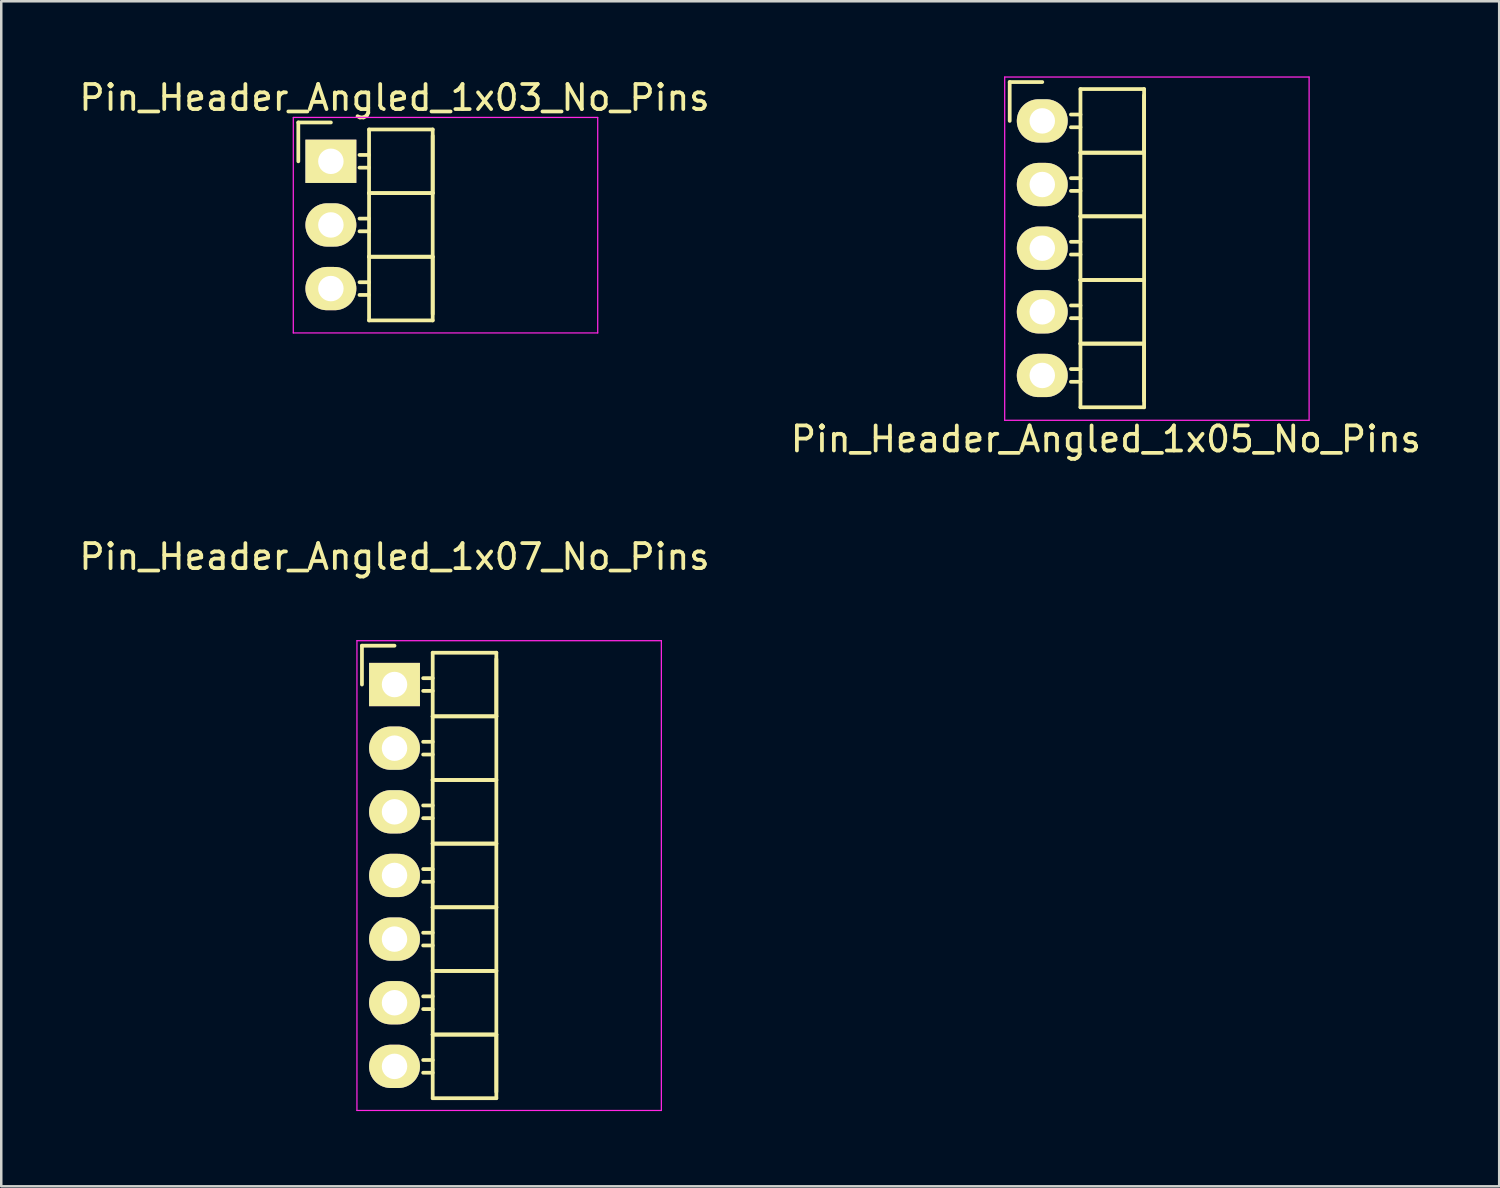
<source format=kicad_pcb>
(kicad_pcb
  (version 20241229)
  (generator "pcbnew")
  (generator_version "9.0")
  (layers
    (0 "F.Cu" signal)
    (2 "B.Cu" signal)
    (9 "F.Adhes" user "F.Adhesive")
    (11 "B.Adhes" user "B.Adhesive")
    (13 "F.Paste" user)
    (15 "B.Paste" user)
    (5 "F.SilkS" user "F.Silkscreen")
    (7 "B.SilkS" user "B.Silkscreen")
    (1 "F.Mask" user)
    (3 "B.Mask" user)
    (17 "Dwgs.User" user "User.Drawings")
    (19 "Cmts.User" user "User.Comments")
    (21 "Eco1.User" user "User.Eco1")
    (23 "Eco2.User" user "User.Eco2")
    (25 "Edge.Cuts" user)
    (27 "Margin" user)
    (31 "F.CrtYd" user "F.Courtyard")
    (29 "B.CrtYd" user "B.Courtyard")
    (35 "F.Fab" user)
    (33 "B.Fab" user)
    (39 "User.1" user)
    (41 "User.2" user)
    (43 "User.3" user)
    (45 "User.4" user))
  (footprint "Pin_Header_Angled_1x07_No_Pins"
    (layer "F.Cu")
    (at 12.696 24.271)
    (property "Reference" "Pin_Header_Angled_1x07_No_Pins" (at 0 -5.1 0) (layer "F.SilkS") (effects (font (size 1 1) (thickness 0.15))))
    (attr through_hole)
    (fp_line (start -1.3 -1.55) (end -1.3 0) (stroke (width 0.15) (type solid)) (layer "F.SilkS"))
    (fp_line (start 0 -1.55) (end -1.3 -1.55) (stroke (width 0.15) (type solid)) (layer "F.SilkS"))
    (fp_line (start 1.524 -1.27) (end 1.524 1.27) (stroke (width 0.15) (type solid)) (layer "F.SilkS"))
    (fp_line (start 1.524 -1.27) (end 4.064 -1.27) (stroke (width 0.15) (type solid)) (layer "F.SilkS"))
    (fp_line (start 1.524 -0.254) (end 1.143 -0.254) (stroke (width 0.15) (type solid)) (layer "F.SilkS"))
    (fp_line (start 1.524 0.254) (end 1.143 0.254) (stroke (width 0.15) (type solid)) (layer "F.SilkS"))
    (fp_line (start 1.524 1.27) (end 1.524 3.81) (stroke (width 0.15) (type solid)) (layer "F.SilkS"))
    (fp_line (start 1.524 1.27) (end 4.064 1.27) (stroke (width 0.15) (type solid)) (layer "F.SilkS"))
    (fp_line (start 1.524 1.27) (end 4.064 1.27) (stroke (width 0.15) (type solid)) (layer "F.SilkS"))
    (fp_line (start 1.524 2.286) (end 1.143 2.286) (stroke (width 0.15) (type solid)) (layer "F.SilkS"))
    (fp_line (start 1.524 2.794) (end 1.143 2.794) (stroke (width 0.15) (type solid)) (layer "F.SilkS"))
    (fp_line (start 1.524 3.81) (end 1.524 6.35) (stroke (width 0.15) (type solid)) (layer "F.SilkS"))
    (fp_line (start 1.524 3.81) (end 4.064 3.81) (stroke (width 0.15) (type solid)) (layer "F.SilkS"))
    (fp_line (start 1.524 3.81) (end 4.064 3.81) (stroke (width 0.15) (type solid)) (layer "F.SilkS"))
    (fp_line (start 1.524 4.826) (end 1.143 4.826) (stroke (width 0.15) (type solid)) (layer "F.SilkS"))
    (fp_line (start 1.524 5.334) (end 1.143 5.334) (stroke (width 0.15) (type solid)) (layer "F.SilkS"))
    (fp_line (start 1.524 6.35) (end 1.524 8.89) (stroke (width 0.15) (type solid)) (layer "F.SilkS"))
    (fp_line (start 1.524 6.35) (end 4.064 6.35) (stroke (width 0.15) (type solid)) (layer "F.SilkS"))
    (fp_line (start 1.524 6.35) (end 4.064 6.35) (stroke (width 0.15) (type solid)) (layer "F.SilkS"))
    (fp_line (start 1.524 7.366) (end 1.143 7.366) (stroke (width 0.15) (type solid)) (layer "F.SilkS"))
    (fp_line (start 1.524 7.874) (end 1.143 7.874) (stroke (width 0.15) (type solid)) (layer "F.SilkS"))
    (fp_line (start 1.524 8.89) (end 1.524 11.43) (stroke (width 0.15) (type solid)) (layer "F.SilkS"))
    (fp_line (start 1.524 8.89) (end 4.064 8.89) (stroke (width 0.15) (type solid)) (layer "F.SilkS"))
    (fp_line (start 1.524 8.89) (end 4.064 8.89) (stroke (width 0.15) (type solid)) (layer "F.SilkS"))
    (fp_line (start 1.524 9.906) (end 1.143 9.906) (stroke (width 0.15) (type solid)) (layer "F.SilkS"))
    (fp_line (start 1.524 10.414) (end 1.143 10.414) (stroke (width 0.15) (type solid)) (layer "F.SilkS"))
    (fp_line (start 1.524 11.43) (end 1.524 13.97) (stroke (width 0.15) (type solid)) (layer "F.SilkS"))
    (fp_line (start 1.524 11.43) (end 4.064 11.43) (stroke (width 0.15) (type solid)) (layer "F.SilkS"))
    (fp_line (start 1.524 11.43) (end 4.064 11.43) (stroke (width 0.15) (type solid)) (layer "F.SilkS"))
    (fp_line (start 1.524 12.446) (end 1.143 12.446) (stroke (width 0.15) (type solid)) (layer "F.SilkS"))
    (fp_line (start 1.524 12.954) (end 1.143 12.954) (stroke (width 0.15) (type solid)) (layer "F.SilkS"))
    (fp_line (start 1.524 13.97) (end 1.524 16.51) (stroke (width 0.15) (type solid)) (layer "F.SilkS"))
    (fp_line (start 1.524 13.97) (end 4.064 13.97) (stroke (width 0.15) (type solid)) (layer "F.SilkS"))
    (fp_line (start 1.524 13.97) (end 4.064 13.97) (stroke (width 0.15) (type solid)) (layer "F.SilkS"))
    (fp_line (start 1.524 14.986) (end 1.143 14.986) (stroke (width 0.15) (type solid)) (layer "F.SilkS"))
    (fp_line (start 1.524 15.494) (end 1.143 15.494) (stroke (width 0.15) (type solid)) (layer "F.SilkS"))
    (fp_line (start 1.524 16.51) (end 4.064 16.51) (stroke (width 0.15) (type solid)) (layer "F.SilkS"))
    (fp_line (start 4.064 -1.016) (end 4.064 16.256) (stroke (width 0.15) (type solid)) (layer "F.SilkS"))
    (fp_line (start 4.064 1.27) (end 4.064 -1.27) (stroke (width 0.15) (type solid)) (layer "F.SilkS"))
    (fp_line (start 4.064 16.51) (end 4.064 13.97) (stroke (width 0.15) (type solid)) (layer "F.SilkS"))
    (fp_line (start -1.5 -1.75) (end -1.5 17) (stroke (width 0.05) (type solid)) (layer "F.CrtYd"))
    (fp_line (start -1.5 -1.75) (end 10.65 -1.75) (stroke (width 0.05) (type solid)) (layer "F.CrtYd"))
    (fp_line (start -1.5 17) (end 10.65 17) (stroke (width 0.05) (type solid)) (layer "F.CrtYd"))
    (fp_line (start 10.65 -1.75) (end 10.65 17) (stroke (width 0.05) (type solid)) (layer "F.CrtYd"))
    (pad "1" thru_hole rect (at 0 0) (size 2.032 1.727) (drill 1.016) (layers "*.Cu" "*.Mask" "F.SilkS"))
    (pad "2" thru_hole oval (at 0 2.54) (size 2.032 1.727) (drill 1.016) (layers "*.Cu" "*.Mask" "F.SilkS"))
    (pad "3" thru_hole oval (at 0 5.08) (size 2.032 1.727) (drill 1.016) (layers "*.Cu" "*.Mask" "F.SilkS"))
    (pad "4" thru_hole oval (at 0 7.62) (size 2.032 1.727) (drill 1.016) (layers "*.Cu" "*.Mask" "F.SilkS"))
    (pad "5" thru_hole oval (at 0 10.16) (size 2.032 1.727) (drill 1.016) (layers "*.Cu" "*.Mask" "F.SilkS"))
    (pad "6" thru_hole oval (at 0 12.7) (size 2.032 1.727) (drill 1.016) (layers "*.Cu" "*.Mask" "F.SilkS"))
    (pad "7" thru_hole oval (at 0 15.24) (size 2.032 1.727) (drill 1.016) (layers "*.Cu" "*.Mask" "F.SilkS")))
  (footprint "Pin_Header_Angled_1x05_No_Pins"
    (layer "F.Cu")
    (at 38.549 1.775)
    (property "Reference" "Pin_Header_Angled_1x05_No_Pins" (at 2.54 12.7 0) (layer "F.SilkS") (effects (font (size 1 1) (thickness 0.15))))
    (attr through_hole)
    (fp_line (start -1.3 -1.55) (end -1.3 0) (stroke (width 0.15) (type solid)) (layer "F.SilkS"))
    (fp_line (start 0 -1.55) (end -1.3 -1.55) (stroke (width 0.15) (type solid)) (layer "F.SilkS"))
    (fp_line (start 1.524 -1.27) (end 1.524 1.27) (stroke (width 0.15) (type solid)) (layer "F.SilkS"))
    (fp_line (start 1.524 -1.27) (end 4.064 -1.27) (stroke (width 0.15) (type solid)) (layer "F.SilkS"))
    (fp_line (start 1.524 -0.254) (end 1.143 -0.254) (stroke (width 0.15) (type solid)) (layer "F.SilkS"))
    (fp_line (start 1.524 0.254) (end 1.143 0.254) (stroke (width 0.15) (type solid)) (layer "F.SilkS"))
    (fp_line (start 1.524 1.27) (end 1.524 3.81) (stroke (width 0.15) (type solid)) (layer "F.SilkS"))
    (fp_line (start 1.524 1.27) (end 4.064 1.27) (stroke (width 0.15) (type solid)) (layer "F.SilkS"))
    (fp_line (start 1.524 1.27) (end 4.064 1.27) (stroke (width 0.15) (type solid)) (layer "F.SilkS"))
    (fp_line (start 1.524 2.286) (end 1.143 2.286) (stroke (width 0.15) (type solid)) (layer "F.SilkS"))
    (fp_line (start 1.524 2.794) (end 1.143 2.794) (stroke (width 0.15) (type solid)) (layer "F.SilkS"))
    (fp_line (start 1.524 3.81) (end 1.524 6.35) (stroke (width 0.15) (type solid)) (layer "F.SilkS"))
    (fp_line (start 1.524 3.81) (end 4.064 3.81) (stroke (width 0.15) (type solid)) (layer "F.SilkS"))
    (fp_line (start 1.524 3.81) (end 4.064 3.81) (stroke (width 0.15) (type solid)) (layer "F.SilkS"))
    (fp_line (start 1.524 4.826) (end 1.143 4.826) (stroke (width 0.15) (type solid)) (layer "F.SilkS"))
    (fp_line (start 1.524 5.334) (end 1.143 5.334) (stroke (width 0.15) (type solid)) (layer "F.SilkS"))
    (fp_line (start 1.524 6.35) (end 1.524 8.89) (stroke (width 0.15) (type solid)) (layer "F.SilkS"))
    (fp_line (start 1.524 6.35) (end 4.064 6.35) (stroke (width 0.15) (type solid)) (layer "F.SilkS"))
    (fp_line (start 1.524 6.35) (end 4.064 6.35) (stroke (width 0.15) (type solid)) (layer "F.SilkS"))
    (fp_line (start 1.524 7.366) (end 1.143 7.366) (stroke (width 0.15) (type solid)) (layer "F.SilkS"))
    (fp_line (start 1.524 7.874) (end 1.143 7.874) (stroke (width 0.15) (type solid)) (layer "F.SilkS"))
    (fp_line (start 1.524 8.89) (end 1.524 11.43) (stroke (width 0.15) (type solid)) (layer "F.SilkS"))
    (fp_line (start 1.524 8.89) (end 4.064 8.89) (stroke (width 0.15) (type solid)) (layer "F.SilkS"))
    (fp_line (start 1.524 8.89) (end 4.064 8.89) (stroke (width 0.15) (type solid)) (layer "F.SilkS"))
    (fp_line (start 1.524 9.906) (end 1.143 9.906) (stroke (width 0.15) (type solid)) (layer "F.SilkS"))
    (fp_line (start 1.524 10.414) (end 1.143 10.414) (stroke (width 0.15) (type solid)) (layer "F.SilkS"))
    (fp_line (start 1.524 11.43) (end 4.064 11.43) (stroke (width 0.15) (type solid)) (layer "F.SilkS"))
    (fp_line (start 4.064 -1.016) (end 4.064 11.176) (stroke (width 0.15) (type solid)) (layer "F.SilkS"))
    (fp_line (start 4.064 1.27) (end 4.064 -1.27) (stroke (width 0.15) (type solid)) (layer "F.SilkS"))
    (fp_line (start 4.064 11.43) (end 4.064 8.89) (stroke (width 0.15) (type solid)) (layer "F.SilkS"))
    (fp_line (start -1.5 -1.75) (end -1.5 11.95) (stroke (width 0.05) (type solid)) (layer "F.CrtYd"))
    (fp_line (start -1.5 -1.75) (end 10.65 -1.75) (stroke (width 0.05) (type solid)) (layer "F.CrtYd"))
    (fp_line (start -1.5 11.95) (end 10.65 11.95) (stroke (width 0.05) (type solid)) (layer "F.CrtYd"))
    (fp_line (start 10.65 -1.75) (end 10.65 11.95) (stroke (width 0.05) (type solid)) (layer "F.CrtYd"))
    (pad "1" thru_hole oval (at 0 0) (size 2.032 1.727) (drill 1.016) (layers "*.Cu" "*.Mask" "F.SilkS"))
    (pad "2" thru_hole oval (at 0 2.54) (size 2.032 1.727) (drill 1.016) (layers "*.Cu" "*.Mask" "F.SilkS"))
    (pad "3" thru_hole oval (at 0 5.08) (size 2.032 1.727) (drill 1.016) (layers "*.Cu" "*.Mask" "F.SilkS"))
    (pad "4" thru_hole oval (at 0 7.62) (size 2.032 1.727) (drill 1.016) (layers "*.Cu" "*.Mask" "F.SilkS"))
    (pad "5" thru_hole oval (at 0 10.16) (size 2.032 1.727) (drill 1.016) (layers "*.Cu" "*.Mask" "F.SilkS")))
  (footprint "Pin_Header_Angled_1x03_No_Pins"
    (layer "F.Cu")
    (at 10.156 3.388)
    (property "Reference" "Pin_Header_Angled_1x03_No_Pins" (at 2.54 -2.54 180) (layer "F.SilkS") (effects (font (size 1 1) (thickness 0.15))))
    (attr through_hole)
    (fp_line (start -1.3 -1.55) (end -1.3 0) (stroke (width 0.15) (type solid)) (layer "F.SilkS"))
    (fp_line (start 0 -1.55) (end -1.3 -1.55) (stroke (width 0.15) (type solid)) (layer "F.SilkS"))
    (fp_line (start 1.524 -1.27) (end 1.524 1.27) (stroke (width 0.15) (type solid)) (layer "F.SilkS"))
    (fp_line (start 1.524 -1.27) (end 4.064 -1.27) (stroke (width 0.15) (type solid)) (layer "F.SilkS"))
    (fp_line (start 1.524 -0.254) (end 1.143 -0.254) (stroke (width 0.15) (type solid)) (layer "F.SilkS"))
    (fp_line (start 1.524 0.254) (end 1.143 0.254) (stroke (width 0.15) (type solid)) (layer "F.SilkS"))
    (fp_line (start 1.524 1.27) (end 1.524 3.81) (stroke (width 0.15) (type solid)) (layer "F.SilkS"))
    (fp_line (start 1.524 1.27) (end 4.064 1.27) (stroke (width 0.15) (type solid)) (layer "F.SilkS"))
    (fp_line (start 1.524 1.27) (end 4.064 1.27) (stroke (width 0.15) (type solid)) (layer "F.SilkS"))
    (fp_line (start 1.524 2.286) (end 1.143 2.286) (stroke (width 0.15) (type solid)) (layer "F.SilkS"))
    (fp_line (start 1.524 2.794) (end 1.143 2.794) (stroke (width 0.15) (type solid)) (layer "F.SilkS"))
    (fp_line (start 1.524 3.81) (end 1.524 6.35) (stroke (width 0.15) (type solid)) (layer "F.SilkS"))
    (fp_line (start 1.524 3.81) (end 4.064 3.81) (stroke (width 0.15) (type solid)) (layer "F.SilkS"))
    (fp_line (start 1.524 3.81) (end 4.064 3.81) (stroke (width 0.15) (type solid)) (layer "F.SilkS"))
    (fp_line (start 1.524 4.826) (end 1.143 4.826) (stroke (width 0.15) (type solid)) (layer "F.SilkS"))
    (fp_line (start 1.524 5.334) (end 1.143 5.334) (stroke (width 0.15) (type solid)) (layer "F.SilkS"))
    (fp_line (start 1.524 6.35) (end 4.064 6.35) (stroke (width 0.15) (type solid)) (layer "F.SilkS"))
    (fp_line (start 4.064 -1.016) (end 4.064 6.096) (stroke (width 0.15) (type solid)) (layer "F.SilkS"))
    (fp_line (start 4.064 1.27) (end 4.064 -1.27) (stroke (width 0.15) (type solid)) (layer "F.SilkS"))
    (fp_line (start 4.064 6.35) (end 4.064 3.81) (stroke (width 0.15) (type solid)) (layer "F.SilkS"))
    (fp_line (start -1.5 -1.75) (end -1.5 6.85) (stroke (width 0.05) (type solid)) (layer "F.CrtYd"))
    (fp_line (start -1.5 -1.75) (end 10.65 -1.75) (stroke (width 0.05) (type solid)) (layer "F.CrtYd"))
    (fp_line (start -1.5 6.85) (end 10.65 6.85) (stroke (width 0.05) (type solid)) (layer "F.CrtYd"))
    (fp_line (start 10.65 -1.75) (end 10.65 6.85) (stroke (width 0.05) (type solid)) (layer "F.CrtYd"))
    (pad "1" thru_hole rect (at 0 0) (size 2.032 1.727) (drill 1.016) (layers "*.Cu" "*.Mask" "F.SilkS"))
    (pad "2" thru_hole oval (at 0 2.54) (size 2.032 1.727) (drill 1.016) (layers "*.Cu" "*.Mask" "F.SilkS"))
    (pad "3" thru_hole oval (at 0 5.08) (size 2.032 1.727) (drill 1.016) (layers "*.Cu" "*.Mask" "F.SilkS")))
  (gr_rect
    (start -3 -3)
    (end 56.786 44.297)
    (stroke (width 0.1) (type default))
    (fill no)
    (layer "Edge.Cuts")))
</source>
